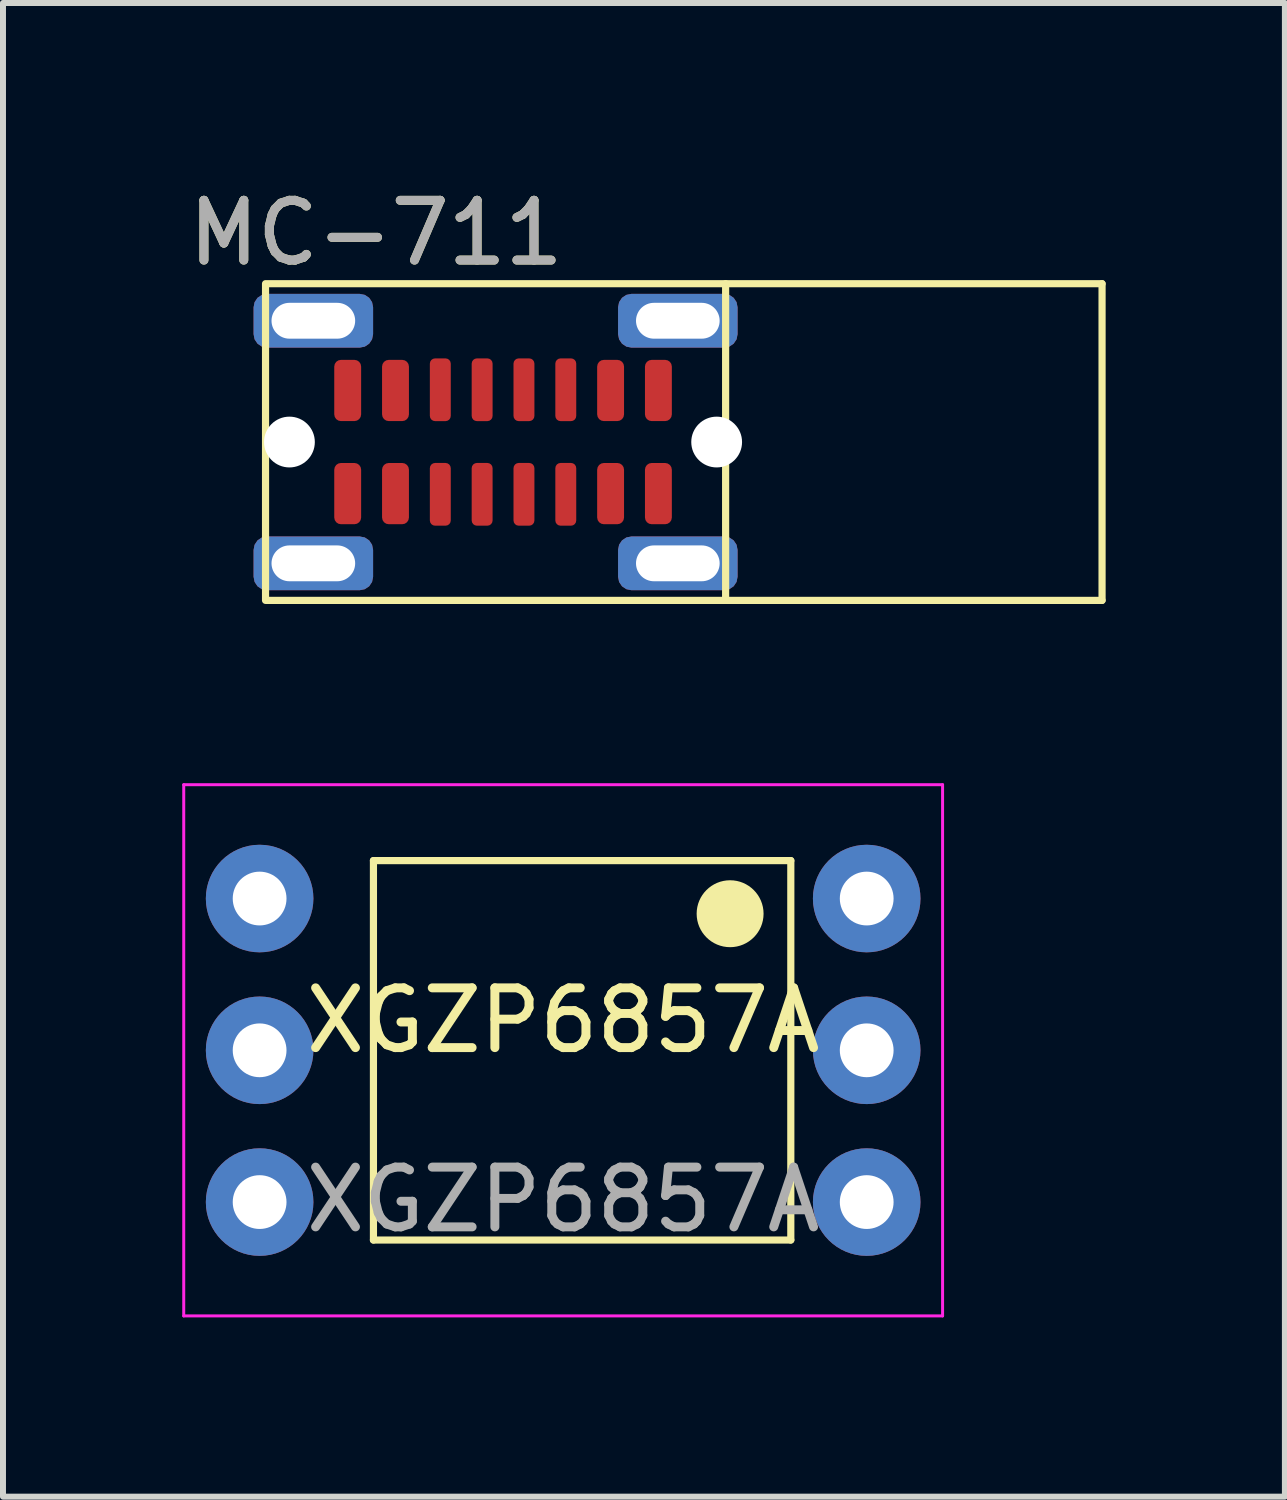
<source format=kicad_pcb>
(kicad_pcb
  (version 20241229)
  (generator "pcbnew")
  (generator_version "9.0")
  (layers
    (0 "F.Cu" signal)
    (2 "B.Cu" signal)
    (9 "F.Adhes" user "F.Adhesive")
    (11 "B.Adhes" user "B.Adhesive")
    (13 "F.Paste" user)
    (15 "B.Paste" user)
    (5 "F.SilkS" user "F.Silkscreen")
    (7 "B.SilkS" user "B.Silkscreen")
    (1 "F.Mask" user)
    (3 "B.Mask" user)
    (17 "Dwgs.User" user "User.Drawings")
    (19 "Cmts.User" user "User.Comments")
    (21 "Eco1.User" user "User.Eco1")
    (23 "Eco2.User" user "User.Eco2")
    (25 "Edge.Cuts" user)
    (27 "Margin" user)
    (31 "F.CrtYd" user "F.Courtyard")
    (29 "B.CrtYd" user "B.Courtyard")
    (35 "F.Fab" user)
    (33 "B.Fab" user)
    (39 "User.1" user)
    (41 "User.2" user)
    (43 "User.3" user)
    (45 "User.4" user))
  (footprint "XGZP6857A"
    (layer "F.Cu")
    (at 6.375 14.528)
    (property "Reference" "XGZP6857A" (at 0 -0.5 0) (unlocked yes) (layer "F.SilkS") (effects (font (size 1 1) (thickness 0.15))))
    (attr through_hole)
    (fp_line (start -3.175 -3.175) (end 3.81 -3.175) (stroke (width 0.12) (type solid)) (layer "F.SilkS"))
    (fp_line (start -3.175 3.175) (end -3.175 -3.175) (stroke (width 0.12) (type solid)) (layer "F.SilkS"))
    (fp_line (start 3.81 -3.175) (end 3.81 3.175) (stroke (width 0.12) (type solid)) (layer "F.SilkS"))
    (fp_line (start 3.81 3.175) (end -3.175 3.175) (stroke (width 0.12) (type solid)) (layer "F.SilkS"))
    (fp_circle (center 2.794 -2.286) (end 3.294 -2.286) (stroke (width 0.12) (type solid)) (fill yes) (layer "F.SilkS"))
    (fp_line (start -6.35 -4.445) (end 6.35 -4.445) (stroke (width 0.05) (type solid)) (layer "F.CrtYd"))
    (fp_line (start -6.35 4.445) (end -6.35 -4.445) (stroke (width 0.05) (type solid)) (layer "F.CrtYd"))
    (fp_line (start 6.35 -4.445) (end 6.35 4.445) (stroke (width 0.05) (type solid)) (layer "F.CrtYd"))
    (fp_line (start 6.35 4.445) (end -6.35 4.445) (stroke (width 0.05) (type solid)) (layer "F.CrtYd"))
    (fp_text user "${REFERENCE}" (at 0 2.5 0) (unlocked yes) (layer "F.Fab") (effects (font (size 1 1) (thickness 0.15))))
    (pad "1" thru_hole circle (at 5.08 -2.54) (size 1.8 1.8) (drill 0.9) (layers "*.Cu" "*.Mask"))
    (pad "2" thru_hole circle (at 5.08 0) (size 1.8 1.8) (drill 0.9) (layers "*.Cu" "*.Mask"))
    (pad "3" thru_hole circle (at 5.08 2.54) (size 1.8 1.8) (drill 0.9) (layers "*.Cu" "*.Mask"))
    (pad "4" thru_hole circle (at -5.08 2.54) (size 1.8 1.8) (drill 0.9) (layers "*.Cu" "*.Mask"))
    (pad "5" thru_hole circle (at -5.08 0) (size 1.8 1.8) (drill 0.9) (layers "*.Cu" "*.Mask"))
    (pad "6" thru_hole circle (at -5.08 -2.54) (size 1.8 1.8) (drill 0.9) (layers "*.Cu" "*.Mask")))
  (footprint "MC-711"
    (layer "F.Cu")
    (at 5.244 4.348)
    (property "Reference" "MC-711" (at -2 -3.5 0) (unlocked yes) (layer "F.SilkS") (effects (font (size 1 1) (thickness 0.15))))
    (attr through_hole)
    (fp_line (start 3.85 -2.65) (end 10.15 -2.65) (stroke (width 0.12) (type solid)) (layer "F.SilkS"))
    (fp_line (start 3.85 2.65) (end 10.15 2.65) (stroke (width 0.12) (type solid)) (layer "F.SilkS"))
    (fp_line (start 10.15 2.65) (end 10.15 -2.65) (stroke (width 0.12) (type solid)) (layer "F.SilkS"))
    (fp_rect (start -3.85 -2.65) (end 3.85 2.65) (stroke (width 0.12) (type solid)) (fill no) (layer "F.SilkS"))
    (fp_text user "${REFERENCE}" (at -2 -3.5 0) (unlocked yes) (layer "F.Fab") (effects (font (size 1 1) (thickness 0.15))))
    (pad "" np_thru_hole circle (at -3.45 0) (size 0.85 0.85) (drill 0.85) (layers "*.Cu" "*.Mask"))
    (pad "" np_thru_hole circle (at 3.7 0) (size 0.85 0.85) (drill 0.85) (layers "*.Cu" "*.Mask"))
    (pad "A1" smd roundrect (at -2.475 -0.863) (size 0.45 1.025) (layers "F.Cu" "F.Mask" "F.Paste") (roundrect_rratio 0.25))
    (pad "A4" smd roundrect (at -1.675 -0.863) (size 0.45 1.025) (layers "F.Cu" "F.Mask" "F.Paste") (roundrect_rratio 0.25))
    (pad "A5" smd roundrect (at -0.925 -0.875) (size 0.35 1.05) (layers "F.Cu" "F.Mask" "F.Paste") (roundrect_rratio 0.25))
    (pad "A6" smd roundrect (at -0.225 -0.875) (size 0.35 1.05) (layers "F.Cu" "F.Mask" "F.Paste") (roundrect_rratio 0.25))
    (pad "A7" smd roundrect (at 0.475 -0.875) (size 0.35 1.05) (layers "F.Cu" "F.Mask" "F.Paste") (roundrect_rratio 0.25))
    (pad "A8" smd roundrect (at 1.175 -0.875) (size 0.35 1.05) (layers "F.Cu" "F.Mask" "F.Paste") (roundrect_rratio 0.25))
    (pad "A9" smd roundrect (at 1.925 -0.863) (size 0.45 1.025) (layers "F.Cu" "F.Mask" "F.Paste") (roundrect_rratio 0.25))
    (pad "A12" smd roundrect (at 2.725 -0.863) (size 0.45 1.025) (layers "F.Cu" "F.Mask" "F.Paste") (roundrect_rratio 0.25))
    (pad "B1" smd roundrect (at 2.725 0.863) (size 0.45 1.025) (layers "F.Cu" "F.Mask" "F.Paste") (roundrect_rratio 0.25))
    (pad "B4" smd roundrect (at 1.925 0.863) (size 0.45 1.025) (layers "F.Cu" "F.Mask" "F.Paste") (roundrect_rratio 0.25))
    (pad "B5" smd roundrect (at 1.175 0.875) (size 0.35 1.05) (layers "F.Cu" "F.Mask" "F.Paste") (roundrect_rratio 0.25))
    (pad "B6" smd roundrect (at 0.475 0.875) (size 0.35 1.05) (layers "F.Cu" "F.Mask" "F.Paste") (roundrect_rratio 0.25))
    (pad "B7" smd roundrect (at -0.225 0.875) (size 0.35 1.05) (layers "F.Cu" "F.Mask" "F.Paste") (roundrect_rratio 0.25))
    (pad "B8" smd roundrect (at -0.925 0.875) (size 0.35 1.05) (layers "F.Cu" "F.Mask" "F.Paste") (roundrect_rratio 0.25))
    (pad "B9" smd roundrect (at -1.675 0.863) (size 0.45 1.025) (layers "F.Cu" "F.Mask" "F.Paste") (roundrect_rratio 0.25))
    (pad "B12" smd roundrect (at -2.475 0.863) (size 0.45 1.025) (layers "F.Cu" "F.Mask" "F.Paste") (roundrect_rratio 0.25))
    (pad "S1" thru_hole roundrect (at -3.05 -2.03) (size 2 0.9) (drill oval 1.4 0.6) (layers "*.Cu" "*.Mask" "F.Paste") (roundrect_rratio 0.25))
    (pad "S1" thru_hole roundrect (at -3.05 2.03) (size 2 0.9) (drill oval 1.4 0.6) (layers "*.Cu" "*.Mask" "F.Paste") (roundrect_rratio 0.25))
    (pad "S1" thru_hole roundrect (at 3.05 -2.03) (size 2 0.9) (drill oval 1.4 0.6) (layers "*.Cu" "*.Mask" "F.Paste") (roundrect_rratio 0.25))
    (pad "S1" thru_hole roundrect (at 3.05 2.03) (size 2 0.9) (drill oval 1.4 0.6) (layers "*.Cu" "*.Mask" "F.Paste") (roundrect_rratio 0.25)))
  (gr_rect
    (start -3 -3)
    (end 18.454 21.998)
    (stroke (width 0.1) (type default))
    (fill no)
    (layer "Edge.Cuts")))
</source>
